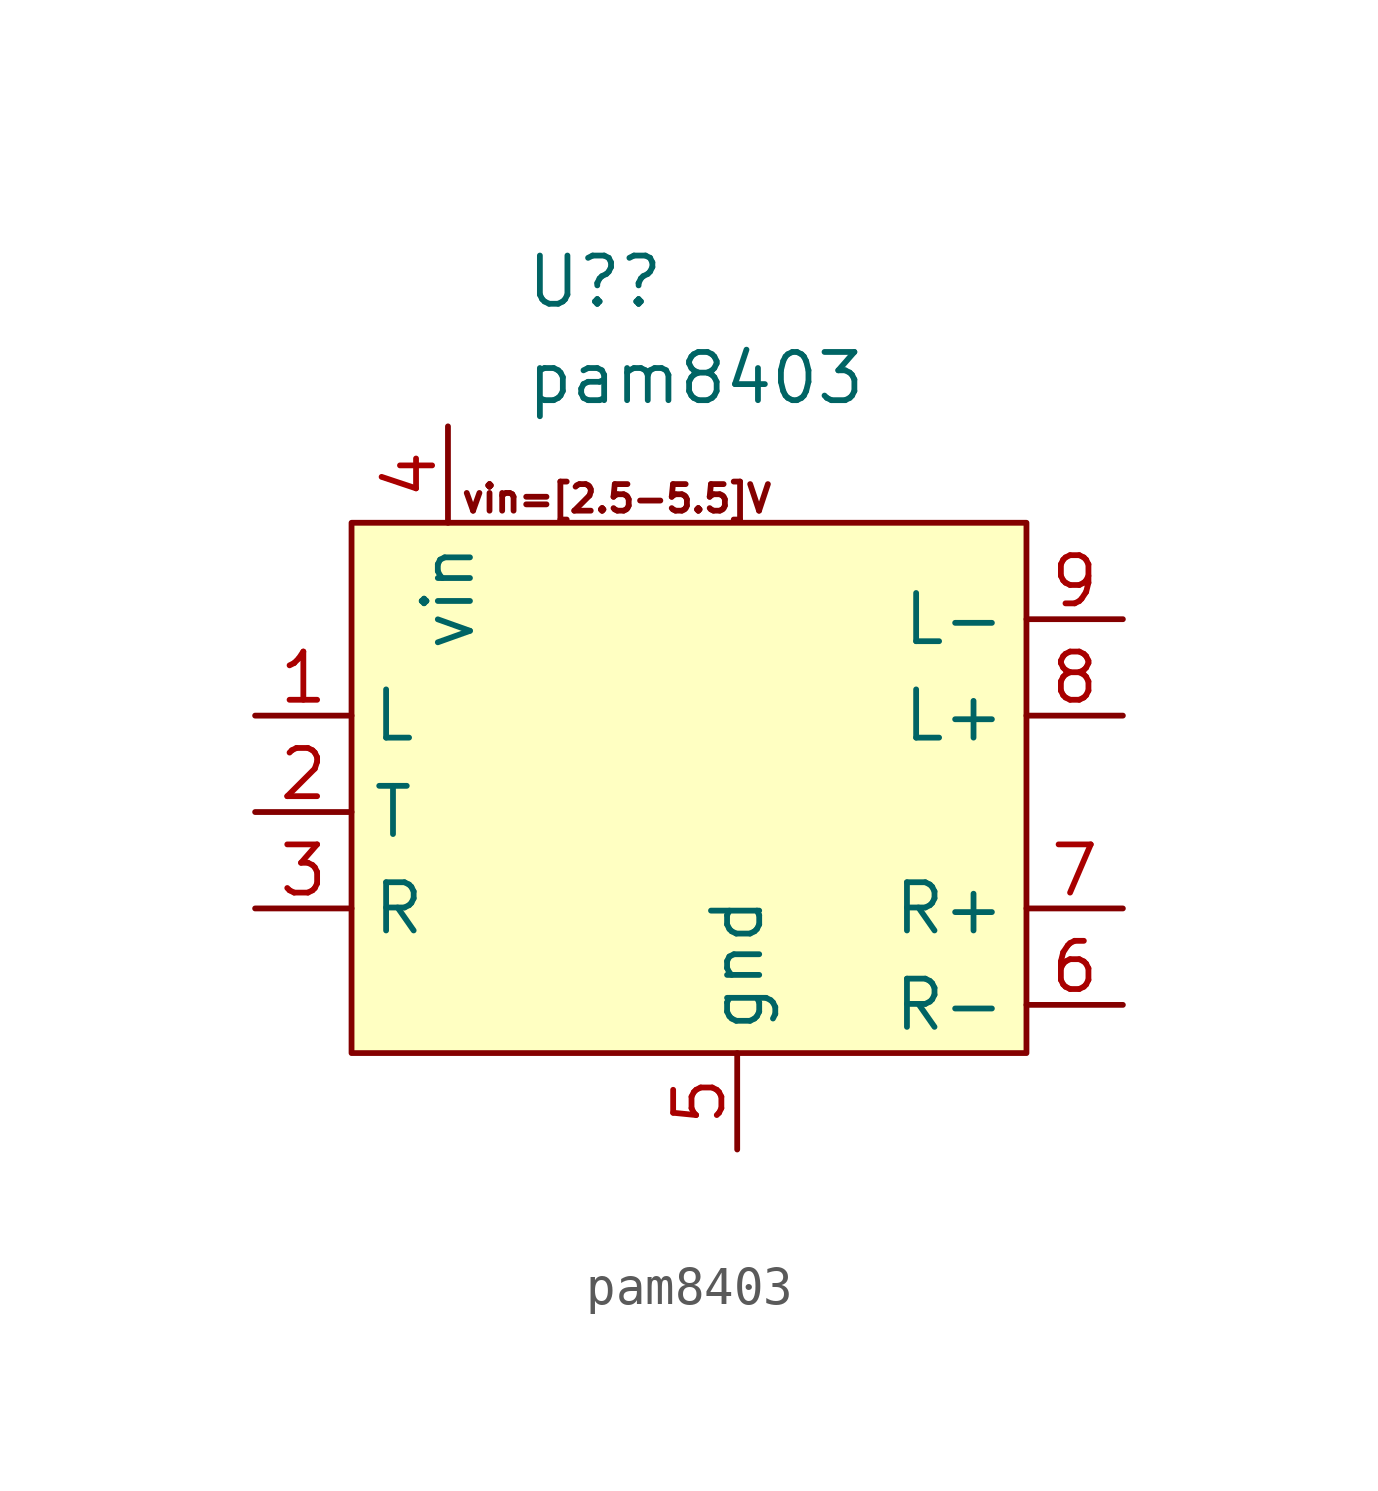
<source format=kicad_sym>
(kicad_symbol_lib
  (version 20211014)
  (generator kicad_symbol_editor)
  (symbol "pam8403"
    (property "Reference" "U?"
      (at -3.696 13.97 0)
      (effects (font (size 1.27 1.27)) (justify left)))
    (property "Value" "pam8403"
      (at -3.696 11.43 0)
      (effects (font (size 1.27 1.27)) (justify left)))
    (symbol "pam8403_0_0"
      (rectangle (start -8.255 7.62) (end 9.525 -6.35) (stroke (width 0) (type default) (color 0 0 0 0)) (fill (type background)))
      (text "vin=[2.5-5.5]V" (at -1.27 8.255 0) (effects (font (size 0.7 0.7)))))
    (symbol "pam8403_1_1"
      (pin passive line (at -10.795 2.54 0) (length 2.54) (name "L" (effects (font (size 1.27 1.27)))) (number "1" (effects (font (size 1.27 1.27)))))
      (pin passive line (at -10.795 0 0) (length 2.54) (name "T" (effects (font (size 1.27 1.27)))) (number "2" (effects (font (size 1.27 1.27)))))
      (pin passive line (at -10.795 -2.54 0) (length 2.54) (name "R" (effects (font (size 1.27 1.27)))) (number "3" (effects (font (size 1.27 1.27)))))
      (pin passive line (at -5.715 10.16 270) (length 2.54) (name "vin" (effects (font (size 1.27 1.27)))) (number "4" (effects (font (size 1.27 1.27)))))
      (pin passive line (at 1.905 -8.89 90) (length 2.54) (name "gnd" (effects (font (size 1.27 1.27)))) (number "5" (effects (font (size 1.27 1.27)))))
      (pin passive line (at 12.065 -5.08 180) (length 2.54) (name "R-" (effects (font (size 1.27 1.27)))) (number "6" (effects (font (size 1.27 1.27)))))
      (pin passive line (at 12.065 -2.54 180) (length 2.54) (name "R+" (effects (font (size 1.27 1.27)))) (number "7" (effects (font (size 1.27 1.27)))))
      (pin passive line (at 12.065 2.54 180) (length 2.54) (name "L+" (effects (font (size 1.27 1.27)))) (number "8" (effects (font (size 1.27 1.27)))))
      (pin passive line (at 12.065 5.08 180) (length 2.54) (name "L-" (effects (font (size 1.27 1.27)))) (number "9" (effects (font (size 1.27 1.27))))))))
</source>
